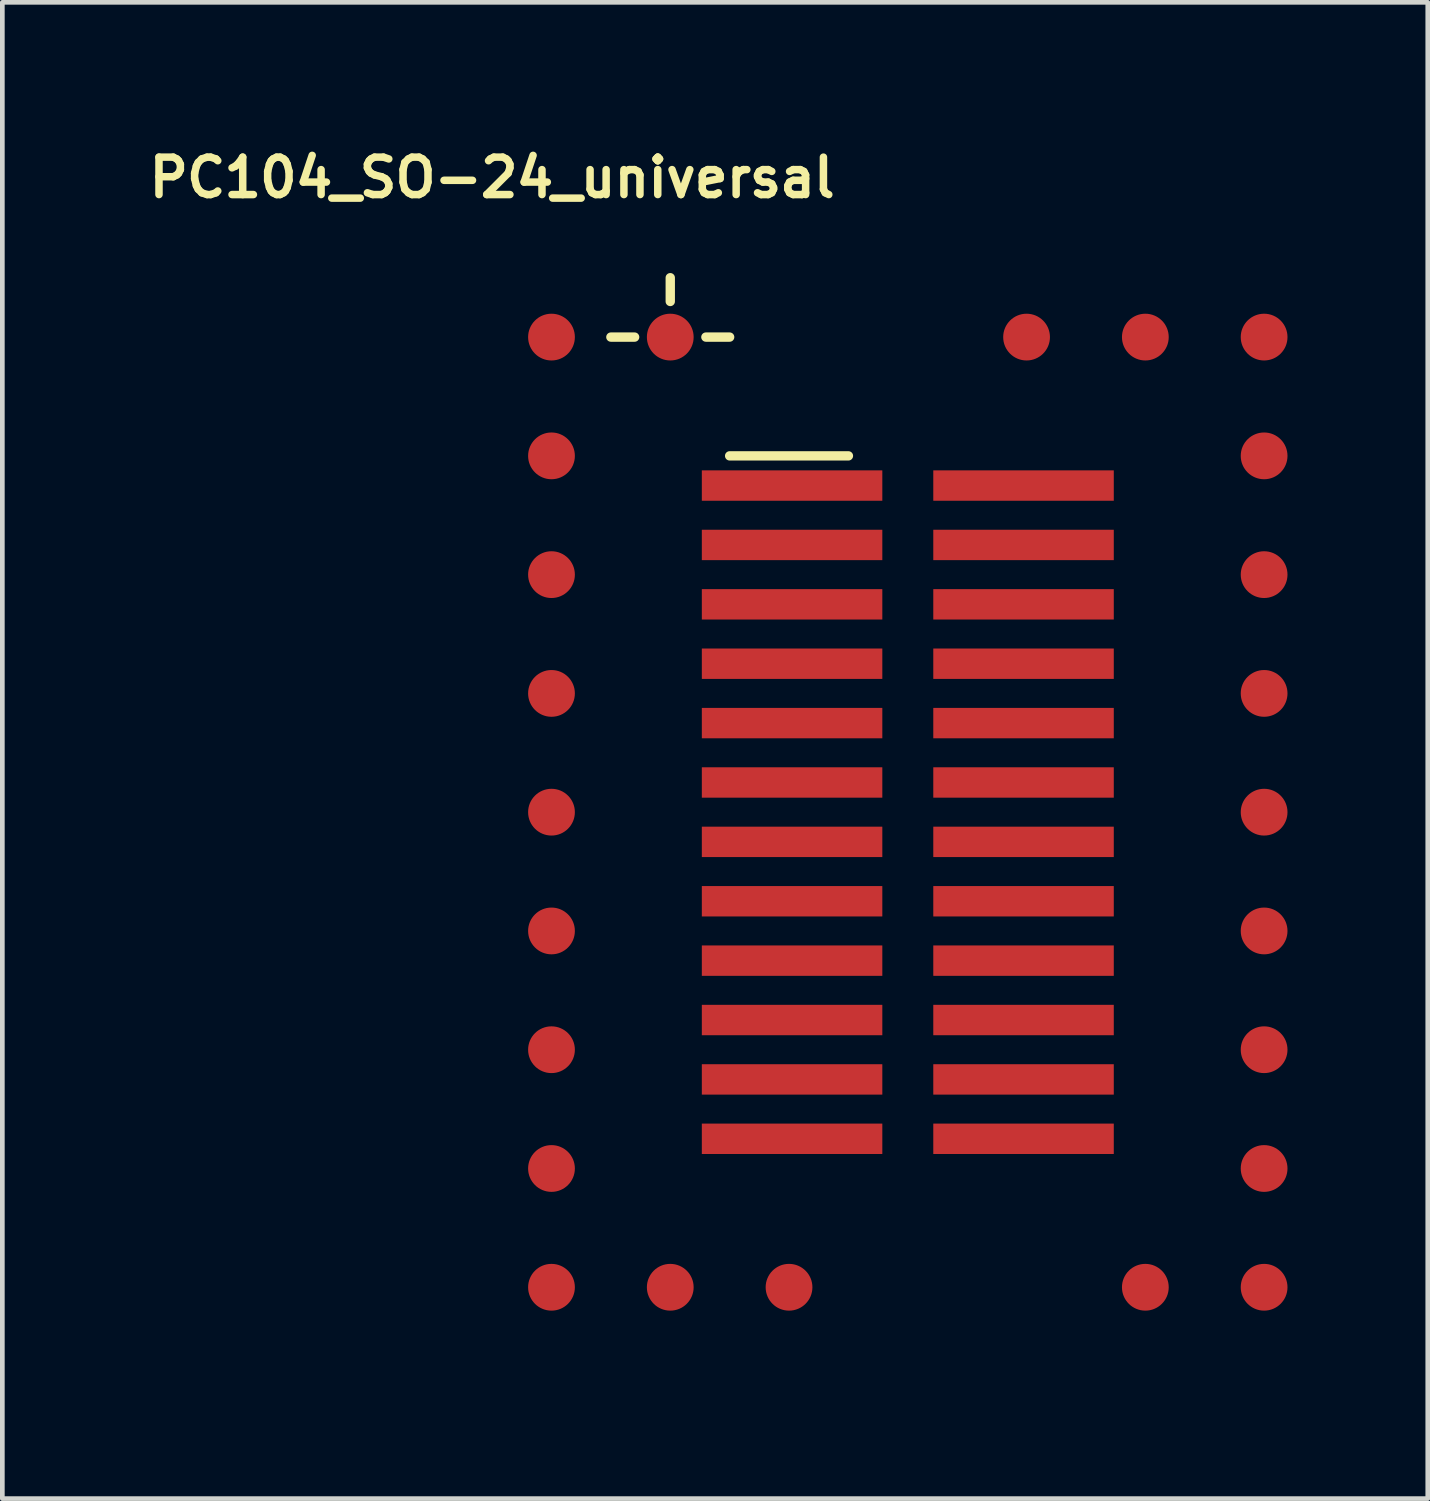
<source format=kicad_pcb>
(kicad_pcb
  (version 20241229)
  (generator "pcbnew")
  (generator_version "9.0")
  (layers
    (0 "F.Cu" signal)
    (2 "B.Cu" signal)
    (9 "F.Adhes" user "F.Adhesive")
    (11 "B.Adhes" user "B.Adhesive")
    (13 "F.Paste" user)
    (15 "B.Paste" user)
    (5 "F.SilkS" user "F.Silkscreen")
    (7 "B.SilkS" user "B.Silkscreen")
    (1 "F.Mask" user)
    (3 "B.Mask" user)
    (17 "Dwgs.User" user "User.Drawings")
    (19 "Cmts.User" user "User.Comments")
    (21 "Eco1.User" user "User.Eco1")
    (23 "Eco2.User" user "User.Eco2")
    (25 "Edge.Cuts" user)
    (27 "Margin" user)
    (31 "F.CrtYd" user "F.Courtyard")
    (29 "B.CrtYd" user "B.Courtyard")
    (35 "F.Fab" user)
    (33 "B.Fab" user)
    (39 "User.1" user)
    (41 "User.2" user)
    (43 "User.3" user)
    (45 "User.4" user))
  (footprint "PC104_SO-24_universal"
    (layer "F.Cu")
    (at 7.474 25.749)
    (property "Reference" "PC104_SO-24_universal" (at 0 -25 0) (layer "F.SilkS") (effects (font (size 0.8 0.8) (thickness 0.16))))
    (attr exclude_from_pos_files exclude_from_bom)
    (fp_line (start 2.54 -21.59) (end 3.048 -21.59) (stroke (width 0.2) (type solid)) (layer "F.SilkS"))
    (fp_line (start 3.81 -22.86) (end 3.81 -22.352) (stroke (width 0.2) (type solid)) (layer "F.SilkS"))
    (fp_line (start 4.572 -21.59) (end 5.08 -21.59) (stroke (width 0.2) (type solid)) (layer "F.SilkS"))
    (fp_line (start 5.08 -19.05) (end 7.62 -19.05) (stroke (width 0.2) (type solid)) (layer "F.SilkS"))
    (pad "1" smd circle (at 3.81 -21.59) (size 1 1) (layers "F.Cu" "F.Mask"))
    (pad "1" smd rect (at 6.415 -18.415 180) (size 3.86 0.65) (layers "F.Cu" "F.Mask"))
    (pad "2" smd circle (at 1.27 -21.59) (size 1 1) (layers "F.Cu" "F.Mask"))
    (pad "2" smd rect (at 6.415 -17.145 180) (size 3.86 0.65) (layers "F.Cu" "F.Mask"))
    (pad "3" smd circle (at 1.27 -19.05) (size 1 1) (layers "F.Cu" "F.Mask"))
    (pad "3" smd rect (at 6.415 -15.875 180) (size 3.86 0.65) (layers "F.Cu" "F.Mask"))
    (pad "4" smd circle (at 1.27 -16.51) (size 1 1) (layers "F.Cu" "F.Mask"))
    (pad "4" smd rect (at 6.415 -14.605 180) (size 3.86 0.65) (layers "F.Cu" "F.Mask"))
    (pad "5" smd circle (at 1.27 -13.97) (size 1 1) (layers "F.Cu" "F.Mask"))
    (pad "5" smd rect (at 6.415 -13.335 180) (size 3.86 0.65) (layers "F.Cu" "F.Mask"))
    (pad "6" smd circle (at 1.27 -11.43) (size 1 1) (layers "F.Cu" "F.Mask"))
    (pad "6" smd rect (at 6.415 -12.065 180) (size 3.86 0.65) (layers "F.Cu" "F.Mask"))
    (pad "7" smd circle (at 1.27 -8.89) (size 1 1) (layers "F.Cu" "F.Mask"))
    (pad "7" smd rect (at 6.415 -10.795 180) (size 3.86 0.65) (layers "F.Cu" "F.Mask"))
    (pad "8" smd circle (at 1.27 -6.35) (size 1 1) (layers "F.Cu" "F.Mask"))
    (pad "8" smd rect (at 6.415 -9.525 180) (size 3.86 0.65) (layers "F.Cu" "F.Mask"))
    (pad "9" smd circle (at 1.27 -3.81) (size 1 1) (layers "F.Cu" "F.Mask"))
    (pad "9" smd rect (at 6.415 -8.255 180) (size 3.86 0.65) (layers "F.Cu" "F.Mask"))
    (pad "10" smd circle (at 1.27 -1.27) (size 1 1) (layers "F.Cu" "F.Mask"))
    (pad "10" smd rect (at 6.415 -6.985 180) (size 3.86 0.65) (layers "F.Cu" "F.Mask"))
    (pad "11" smd circle (at 3.81 -1.27) (size 1 1) (layers "F.Cu" "F.Mask"))
    (pad "11" smd rect (at 6.415 -5.715 180) (size 3.86 0.65) (layers "F.Cu" "F.Mask"))
    (pad "12" smd circle (at 6.35 -1.27) (size 1 1) (layers "F.Cu" "F.Mask"))
    (pad "12" smd rect (at 6.415 -4.445 180) (size 3.86 0.65) (layers "F.Cu" "F.Mask"))
    (pad "13" smd rect (at 11.365 -4.445 180) (size 3.86 0.65) (layers "F.Cu" "F.Mask"))
    (pad "13" smd circle (at 13.97 -1.27) (size 1 1) (layers "F.Cu" "F.Mask"))
    (pad "14" smd rect (at 11.365 -5.715 180) (size 3.86 0.65) (layers "F.Cu" "F.Mask"))
    (pad "14" smd circle (at 16.51 -1.27) (size 1 1) (layers "F.Cu" "F.Mask"))
    (pad "15" smd rect (at 11.365 -6.985 180) (size 3.86 0.65) (layers "F.Cu" "F.Mask"))
    (pad "15" smd circle (at 16.51 -3.81) (size 1 1) (layers "F.Cu" "F.Mask"))
    (pad "16" smd rect (at 11.365 -8.255 180) (size 3.86 0.65) (layers "F.Cu" "F.Mask"))
    (pad "16" smd circle (at 16.51 -6.35) (size 1 1) (layers "F.Cu" "F.Mask"))
    (pad "17" smd rect (at 11.365 -9.525 180) (size 3.86 0.65) (layers "F.Cu" "F.Mask"))
    (pad "17" smd circle (at 16.51 -8.89) (size 1 1) (layers "F.Cu" "F.Mask"))
    (pad "18" smd rect (at 11.365 -10.795 180) (size 3.86 0.65) (layers "F.Cu" "F.Mask"))
    (pad "18" smd circle (at 16.51 -11.43) (size 1 1) (layers "F.Cu" "F.Mask"))
    (pad "19" smd rect (at 11.365 -12.065 180) (size 3.86 0.65) (layers "F.Cu" "F.Mask"))
    (pad "19" smd circle (at 16.51 -13.97) (size 1 1) (layers "F.Cu" "F.Mask"))
    (pad "20" smd rect (at 11.365 -13.335 180) (size 3.86 0.65) (layers "F.Cu" "F.Mask"))
    (pad "20" smd circle (at 16.51 -16.51) (size 1 1) (layers "F.Cu" "F.Mask"))
    (pad "21" smd rect (at 11.365 -14.605 180) (size 3.86 0.65) (layers "F.Cu" "F.Mask"))
    (pad "21" smd circle (at 16.51 -19.05) (size 1 1) (layers "F.Cu" "F.Mask"))
    (pad "22" smd rect (at 11.365 -15.875 180) (size 3.86 0.65) (layers "F.Cu" "F.Mask"))
    (pad "22" smd circle (at 16.51 -21.59) (size 1 1) (layers "F.Cu" "F.Mask"))
    (pad "23" smd rect (at 11.365 -17.145 180) (size 3.86 0.65) (layers "F.Cu" "F.Mask"))
    (pad "23" smd circle (at 13.97 -21.59) (size 1 1) (layers "F.Cu" "F.Mask"))
    (pad "24" smd rect (at 11.365 -18.415 180) (size 3.86 0.65) (layers "F.Cu" "F.Mask"))
    (pad "24" smd circle (at 11.43 -21.59) (size 1 1) (layers "F.Cu" "F.Mask")))
  (gr_rect
    (start -3 -3)
    (end 27.484 28.999)
    (stroke (width 0.1) (type default))
    (fill no)
    (layer "Edge.Cuts")))
</source>
